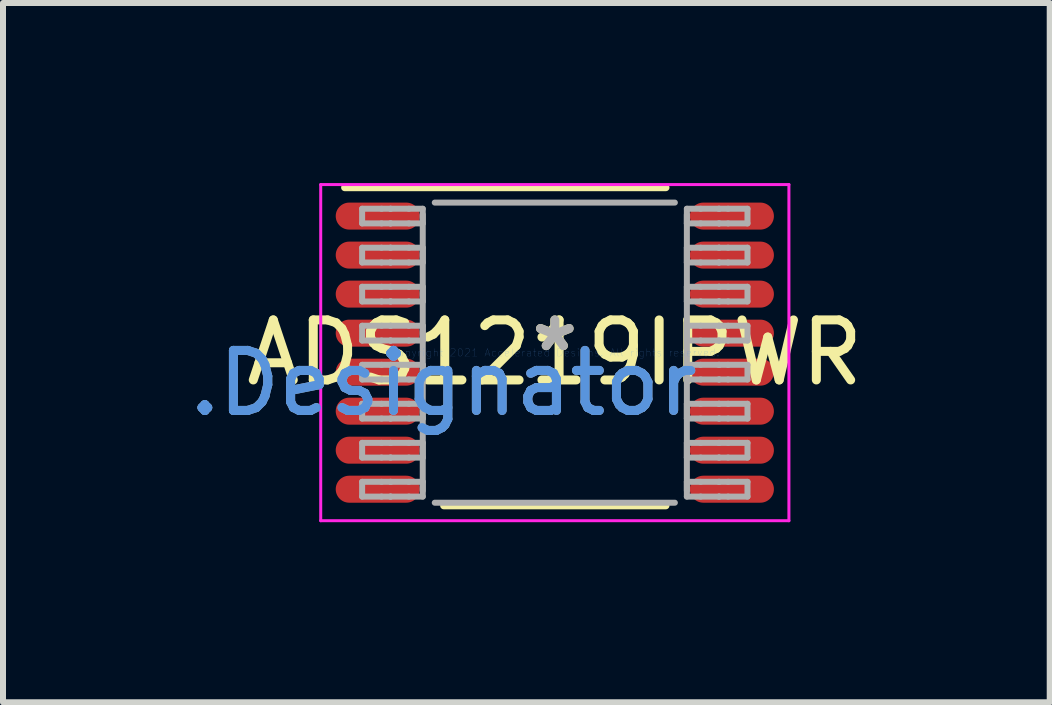
<source format=kicad_pcb>
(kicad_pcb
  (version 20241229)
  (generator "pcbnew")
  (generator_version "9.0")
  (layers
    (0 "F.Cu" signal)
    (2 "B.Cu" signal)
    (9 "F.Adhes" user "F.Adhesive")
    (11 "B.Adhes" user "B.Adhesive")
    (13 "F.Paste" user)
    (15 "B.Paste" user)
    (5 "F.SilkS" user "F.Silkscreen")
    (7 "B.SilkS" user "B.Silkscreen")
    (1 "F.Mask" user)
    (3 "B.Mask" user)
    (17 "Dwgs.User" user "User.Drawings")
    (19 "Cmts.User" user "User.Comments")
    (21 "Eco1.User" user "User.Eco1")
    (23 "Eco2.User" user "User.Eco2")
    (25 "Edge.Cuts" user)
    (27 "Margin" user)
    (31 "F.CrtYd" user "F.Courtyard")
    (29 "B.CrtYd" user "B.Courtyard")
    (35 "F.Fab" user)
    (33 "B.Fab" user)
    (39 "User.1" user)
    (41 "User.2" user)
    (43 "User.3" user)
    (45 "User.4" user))
  (footprint "ADS1219IPWR"
    (layer "F.Cu")
    (at 6.193 2.825)
    (property "Reference" "ADS1219IPWR" (at 0 0 0) (layer "F.SilkS") (effects (font (size 1 1) (thickness 0.15))))
    (attr smd)
    (fp_line (start -3.5 -2.75) (end 1.85 -2.75) (stroke (width 0.12) (type solid)) (layer "F.SilkS"))
    (fp_line (start -1.85 2.55) (end 1.85 2.55) (stroke (width 0.12) (type solid)) (layer "F.SilkS"))
    (fp_line (start -3.9 -2.8) (end 3.9 -2.8) (stroke (width 0.05) (type solid)) (layer "F.CrtYd"))
    (fp_line (start -3.9 2.8) (end -3.9 -2.8) (stroke (width 0.05) (type solid)) (layer "F.CrtYd"))
    (fp_line (start -3.9 2.8) (end 3.9 2.8) (stroke (width 0.05) (type solid)) (layer "F.CrtYd"))
    (fp_line (start 3.9 2.8) (end 3.9 -2.8) (stroke (width 0.05) (type solid)) (layer "F.CrtYd"))
    (fp_line (start -3.21 -2.397) (end -2.887 -2.397) (stroke (width 0.1) (type solid)) (layer "F.Fab"))
    (fp_line (start -3.21 -2.153) (end -3.21 -2.397) (stroke (width 0.1) (type solid)) (layer "F.Fab"))
    (fp_line (start -3.21 -2.153) (end -2.887 -2.153) (stroke (width 0.1) (type solid)) (layer "F.Fab"))
    (fp_line (start -3.21 -1.748) (end -2.887 -1.748) (stroke (width 0.1) (type solid)) (layer "F.Fab"))
    (fp_line (start -3.21 -1.502) (end -3.21 -1.748) (stroke (width 0.1) (type solid)) (layer "F.Fab"))
    (fp_line (start -3.21 -1.502) (end -2.887 -1.502) (stroke (width 0.1) (type solid)) (layer "F.Fab"))
    (fp_line (start -3.21 -1.097) (end -2.887 -1.097) (stroke (width 0.1) (type solid)) (layer "F.Fab"))
    (fp_line (start -3.21 -0.853) (end -3.21 -1.097) (stroke (width 0.1) (type solid)) (layer "F.Fab"))
    (fp_line (start -3.21 -0.853) (end -2.887 -0.853) (stroke (width 0.1) (type solid)) (layer "F.Fab"))
    (fp_line (start -3.21 -0.448) (end -2.887 -0.448) (stroke (width 0.1) (type solid)) (layer "F.Fab"))
    (fp_line (start -3.21 -0.202) (end -3.21 -0.448) (stroke (width 0.1) (type solid)) (layer "F.Fab"))
    (fp_line (start -3.21 -0.202) (end -2.887 -0.202) (stroke (width 0.1) (type solid)) (layer "F.Fab"))
    (fp_line (start -3.21 0.203) (end -2.887 0.203) (stroke (width 0.1) (type solid)) (layer "F.Fab"))
    (fp_line (start -3.21 0.447) (end -3.21 0.203) (stroke (width 0.1) (type solid)) (layer "F.Fab"))
    (fp_line (start -3.21 0.447) (end -2.887 0.447) (stroke (width 0.1) (type solid)) (layer "F.Fab"))
    (fp_line (start -3.21 0.852) (end -2.887 0.852) (stroke (width 0.1) (type solid)) (layer "F.Fab"))
    (fp_line (start -3.21 1.098) (end -3.21 0.852) (stroke (width 0.1) (type solid)) (layer "F.Fab"))
    (fp_line (start -3.21 1.098) (end -2.887 1.098) (stroke (width 0.1) (type solid)) (layer "F.Fab"))
    (fp_line (start -3.21 1.503) (end -2.887 1.503) (stroke (width 0.1) (type solid)) (layer "F.Fab"))
    (fp_line (start -3.21 1.748) (end -3.21 1.503) (stroke (width 0.1) (type solid)) (layer "F.Fab"))
    (fp_line (start -3.21 1.748) (end -2.887 1.748) (stroke (width 0.1) (type solid)) (layer "F.Fab"))
    (fp_line (start -3.21 2.152) (end -2.887 2.152) (stroke (width 0.1) (type solid)) (layer "F.Fab"))
    (fp_line (start -3.21 2.398) (end -3.21 2.152) (stroke (width 0.1) (type solid)) (layer "F.Fab"))
    (fp_line (start -3.21 2.398) (end -2.887 2.398) (stroke (width 0.1) (type solid)) (layer "F.Fab"))
    (fp_line (start -2.887 -2.397) (end -2.739 -2.397) (stroke (width 0.1) (type solid)) (layer "F.Fab"))
    (fp_line (start -2.887 -2.153) (end -2.739 -2.153) (stroke (width 0.1) (type solid)) (layer "F.Fab"))
    (fp_line (start -2.887 -1.748) (end -2.739 -1.748) (stroke (width 0.1) (type solid)) (layer "F.Fab"))
    (fp_line (start -2.887 -1.502) (end -2.739 -1.502) (stroke (width 0.1) (type solid)) (layer "F.Fab"))
    (fp_line (start -2.887 -1.097) (end -2.739 -1.097) (stroke (width 0.1) (type solid)) (layer "F.Fab"))
    (fp_line (start -2.887 -0.853) (end -2.739 -0.853) (stroke (width 0.1) (type solid)) (layer "F.Fab"))
    (fp_line (start -2.887 -0.448) (end -2.739 -0.448) (stroke (width 0.1) (type solid)) (layer "F.Fab"))
    (fp_line (start -2.887 -0.202) (end -2.739 -0.202) (stroke (width 0.1) (type solid)) (layer "F.Fab"))
    (fp_line (start -2.887 0.203) (end -2.739 0.203) (stroke (width 0.1) (type solid)) (layer "F.Fab"))
    (fp_line (start -2.887 0.447) (end -2.739 0.447) (stroke (width 0.1) (type solid)) (layer "F.Fab"))
    (fp_line (start -2.887 0.852) (end -2.739 0.852) (stroke (width 0.1) (type solid)) (layer "F.Fab"))
    (fp_line (start -2.887 1.098) (end -2.739 1.098) (stroke (width 0.1) (type solid)) (layer "F.Fab"))
    (fp_line (start -2.887 1.503) (end -2.739 1.503) (stroke (width 0.1) (type solid)) (layer "F.Fab"))
    (fp_line (start -2.887 1.748) (end -2.739 1.748) (stroke (width 0.1) (type solid)) (layer "F.Fab"))
    (fp_line (start -2.887 2.152) (end -2.739 2.152) (stroke (width 0.1) (type solid)) (layer "F.Fab"))
    (fp_line (start -2.887 2.398) (end -2.739 2.398) (stroke (width 0.1) (type solid)) (layer "F.Fab"))
    (fp_line (start -2.739 -2.397) (end -2.733 -2.397) (stroke (width 0.1) (type solid)) (layer "F.Fab"))
    (fp_line (start -2.739 -2.153) (end -2.733 -2.153) (stroke (width 0.1) (type solid)) (layer "F.Fab"))
    (fp_line (start -2.739 -1.748) (end -2.733 -1.748) (stroke (width 0.1) (type solid)) (layer "F.Fab"))
    (fp_line (start -2.739 -1.502) (end -2.733 -1.502) (stroke (width 0.1) (type solid)) (layer "F.Fab"))
    (fp_line (start -2.739 -1.097) (end -2.733 -1.097) (stroke (width 0.1) (type solid)) (layer "F.Fab"))
    (fp_line (start -2.739 -0.853) (end -2.733 -0.853) (stroke (width 0.1) (type solid)) (layer "F.Fab"))
    (fp_line (start -2.739 -0.448) (end -2.733 -0.448) (stroke (width 0.1) (type solid)) (layer "F.Fab"))
    (fp_line (start -2.739 -0.202) (end -2.733 -0.202) (stroke (width 0.1) (type solid)) (layer "F.Fab"))
    (fp_line (start -2.739 0.203) (end -2.733 0.203) (stroke (width 0.1) (type solid)) (layer "F.Fab"))
    (fp_line (start -2.739 0.447) (end -2.733 0.447) (stroke (width 0.1) (type solid)) (layer "F.Fab"))
    (fp_line (start -2.739 0.852) (end -2.733 0.852) (stroke (width 0.1) (type solid)) (layer "F.Fab"))
    (fp_line (start -2.739 1.098) (end -2.733 1.098) (stroke (width 0.1) (type solid)) (layer "F.Fab"))
    (fp_line (start -2.739 1.503) (end -2.733 1.503) (stroke (width 0.1) (type solid)) (layer "F.Fab"))
    (fp_line (start -2.739 1.748) (end -2.733 1.748) (stroke (width 0.1) (type solid)) (layer "F.Fab"))
    (fp_line (start -2.739 2.152) (end -2.733 2.152) (stroke (width 0.1) (type solid)) (layer "F.Fab"))
    (fp_line (start -2.739 2.398) (end -2.733 2.398) (stroke (width 0.1) (type solid)) (layer "F.Fab"))
    (fp_line (start -2.733 -2.397) (end -2.431 -2.397) (stroke (width 0.1) (type solid)) (layer "F.Fab"))
    (fp_line (start -2.733 -2.153) (end -2.431 -2.153) (stroke (width 0.1) (type solid)) (layer "F.Fab"))
    (fp_line (start -2.733 -1.748) (end -2.431 -1.748) (stroke (width 0.1) (type solid)) (layer "F.Fab"))
    (fp_line (start -2.733 -1.502) (end -2.431 -1.502) (stroke (width 0.1) (type solid)) (layer "F.Fab"))
    (fp_line (start -2.733 -1.097) (end -2.431 -1.097) (stroke (width 0.1) (type solid)) (layer "F.Fab"))
    (fp_line (start -2.733 -0.853) (end -2.431 -0.853) (stroke (width 0.1) (type solid)) (layer "F.Fab"))
    (fp_line (start -2.733 -0.448) (end -2.431 -0.448) (stroke (width 0.1) (type solid)) (layer "F.Fab"))
    (fp_line (start -2.733 -0.202) (end -2.431 -0.202) (stroke (width 0.1) (type solid)) (layer "F.Fab"))
    (fp_line (start -2.733 0.203) (end -2.431 0.203) (stroke (width 0.1) (type solid)) (layer "F.Fab"))
    (fp_line (start -2.733 0.447) (end -2.431 0.447) (stroke (width 0.1) (type solid)) (layer "F.Fab"))
    (fp_line (start -2.733 0.852) (end -2.431 0.852) (stroke (width 0.1) (type solid)) (layer "F.Fab"))
    (fp_line (start -2.733 1.098) (end -2.431 1.098) (stroke (width 0.1) (type solid)) (layer "F.Fab"))
    (fp_line (start -2.733 1.503) (end -2.431 1.503) (stroke (width 0.1) (type solid)) (layer "F.Fab"))
    (fp_line (start -2.733 1.748) (end -2.431 1.748) (stroke (width 0.1) (type solid)) (layer "F.Fab"))
    (fp_line (start -2.733 2.152) (end -2.431 2.152) (stroke (width 0.1) (type solid)) (layer "F.Fab"))
    (fp_line (start -2.733 2.398) (end -2.431 2.398) (stroke (width 0.1) (type solid)) (layer "F.Fab"))
    (fp_line (start -2.431 -2.397) (end -2.2 -2.397) (stroke (width 0.1) (type solid)) (layer "F.Fab"))
    (fp_line (start -2.431 -2.153) (end -2.2 -2.153) (stroke (width 0.1) (type solid)) (layer "F.Fab"))
    (fp_line (start -2.431 -1.748) (end -2.2 -1.748) (stroke (width 0.1) (type solid)) (layer "F.Fab"))
    (fp_line (start -2.431 -1.502) (end -2.2 -1.502) (stroke (width 0.1) (type solid)) (layer "F.Fab"))
    (fp_line (start -2.431 -1.097) (end -2.2 -1.097) (stroke (width 0.1) (type solid)) (layer "F.Fab"))
    (fp_line (start -2.431 -0.853) (end -2.2 -0.853) (stroke (width 0.1) (type solid)) (layer "F.Fab"))
    (fp_line (start -2.431 -0.448) (end -2.2 -0.448) (stroke (width 0.1) (type solid)) (layer "F.Fab"))
    (fp_line (start -2.431 -0.202) (end -2.2 -0.202) (stroke (width 0.1) (type solid)) (layer "F.Fab"))
    (fp_line (start -2.431 0.203) (end -2.2 0.203) (stroke (width 0.1) (type solid)) (layer "F.Fab"))
    (fp_line (start -2.431 0.447) (end -2.2 0.447) (stroke (width 0.1) (type solid)) (layer "F.Fab"))
    (fp_line (start -2.431 0.852) (end -2.2 0.852) (stroke (width 0.1) (type solid)) (layer "F.Fab"))
    (fp_line (start -2.431 1.098) (end -2.2 1.098) (stroke (width 0.1) (type solid)) (layer "F.Fab"))
    (fp_line (start -2.431 1.503) (end -2.2 1.503) (stroke (width 0.1) (type solid)) (layer "F.Fab"))
    (fp_line (start -2.431 1.748) (end -2.2 1.748) (stroke (width 0.1) (type solid)) (layer "F.Fab"))
    (fp_line (start -2.431 2.152) (end -2.2 2.152) (stroke (width 0.1) (type solid)) (layer "F.Fab"))
    (fp_line (start -2.431 2.398) (end -2.2 2.398) (stroke (width 0.1) (type solid)) (layer "F.Fab"))
    (fp_line (start -2.2 -2.153) (end -2.2 -2.397) (stroke (width 0.1) (type solid)) (layer "F.Fab"))
    (fp_line (start -2.2 -1.502) (end -2.2 -1.748) (stroke (width 0.1) (type solid)) (layer "F.Fab"))
    (fp_line (start -2.2 -0.853) (end -2.2 -1.097) (stroke (width 0.1) (type solid)) (layer "F.Fab"))
    (fp_line (start -2.2 -0.202) (end -2.2 -0.448) (stroke (width 0.1) (type solid)) (layer "F.Fab"))
    (fp_line (start -2.2 0.447) (end -2.2 0.203) (stroke (width 0.1) (type solid)) (layer "F.Fab"))
    (fp_line (start -2.2 1.098) (end -2.2 0.852) (stroke (width 0.1) (type solid)) (layer "F.Fab"))
    (fp_line (start -2.2 1.748) (end -2.2 1.503) (stroke (width 0.1) (type solid)) (layer "F.Fab"))
    (fp_line (start -2.2 2.3) (end -2.2 -2.3) (stroke (width 0.1) (type solid)) (layer "F.Fab"))
    (fp_line (start -2.2 2.398) (end -2.2 2.152) (stroke (width 0.1) (type solid)) (layer "F.Fab"))
    (fp_line (start -2 -2.5) (end 2 -2.5) (stroke (width 0.1) (type solid)) (layer "F.Fab"))
    (fp_line (start -2 2.5) (end 2 2.5) (stroke (width 0.1) (type solid)) (layer "F.Fab"))
    (fp_line (start 2.2 -2.397) (end 2.43 -2.397) (stroke (width 0.1) (type solid)) (layer "F.Fab"))
    (fp_line (start 2.2 -2.153) (end 2.2 -2.397) (stroke (width 0.1) (type solid)) (layer "F.Fab"))
    (fp_line (start 2.2 -2.153) (end 2.43 -2.153) (stroke (width 0.1) (type solid)) (layer "F.Fab"))
    (fp_line (start 2.2 -1.748) (end 2.43 -1.748) (stroke (width 0.1) (type solid)) (layer "F.Fab"))
    (fp_line (start 2.2 -1.502) (end 2.2 -1.748) (stroke (width 0.1) (type solid)) (layer "F.Fab"))
    (fp_line (start 2.2 -1.502) (end 2.43 -1.502) (stroke (width 0.1) (type solid)) (layer "F.Fab"))
    (fp_line (start 2.2 -1.097) (end 2.43 -1.097) (stroke (width 0.1) (type solid)) (layer "F.Fab"))
    (fp_line (start 2.2 -0.853) (end 2.2 -1.097) (stroke (width 0.1) (type solid)) (layer "F.Fab"))
    (fp_line (start 2.2 -0.853) (end 2.43 -0.853) (stroke (width 0.1) (type solid)) (layer "F.Fab"))
    (fp_line (start 2.2 -0.448) (end 2.43 -0.448) (stroke (width 0.1) (type solid)) (layer "F.Fab"))
    (fp_line (start 2.2 -0.202) (end 2.2 -0.448) (stroke (width 0.1) (type solid)) (layer "F.Fab"))
    (fp_line (start 2.2 -0.202) (end 2.43 -0.202) (stroke (width 0.1) (type solid)) (layer "F.Fab"))
    (fp_line (start 2.2 0.203) (end 2.43 0.203) (stroke (width 0.1) (type solid)) (layer "F.Fab"))
    (fp_line (start 2.2 0.447) (end 2.2 0.203) (stroke (width 0.1) (type solid)) (layer "F.Fab"))
    (fp_line (start 2.2 0.447) (end 2.43 0.447) (stroke (width 0.1) (type solid)) (layer "F.Fab"))
    (fp_line (start 2.2 0.852) (end 2.43 0.852) (stroke (width 0.1) (type solid)) (layer "F.Fab"))
    (fp_line (start 2.2 1.098) (end 2.2 0.852) (stroke (width 0.1) (type solid)) (layer "F.Fab"))
    (fp_line (start 2.2 1.098) (end 2.43 1.098) (stroke (width 0.1) (type solid)) (layer "F.Fab"))
    (fp_line (start 2.2 1.503) (end 2.43 1.503) (stroke (width 0.1) (type solid)) (layer "F.Fab"))
    (fp_line (start 2.2 1.748) (end 2.2 1.503) (stroke (width 0.1) (type solid)) (layer "F.Fab"))
    (fp_line (start 2.2 1.748) (end 2.43 1.748) (stroke (width 0.1) (type solid)) (layer "F.Fab"))
    (fp_line (start 2.2 2.152) (end 2.43 2.152) (stroke (width 0.1) (type solid)) (layer "F.Fab"))
    (fp_line (start 2.2 2.3) (end 2.2 -2.3) (stroke (width 0.1) (type solid)) (layer "F.Fab"))
    (fp_line (start 2.2 2.398) (end 2.2 2.152) (stroke (width 0.1) (type solid)) (layer "F.Fab"))
    (fp_line (start 2.2 2.398) (end 2.43 2.398) (stroke (width 0.1) (type solid)) (layer "F.Fab"))
    (fp_line (start 2.43 -2.397) (end 2.733 -2.397) (stroke (width 0.1) (type solid)) (layer "F.Fab"))
    (fp_line (start 2.43 -2.153) (end 2.733 -2.153) (stroke (width 0.1) (type solid)) (layer "F.Fab"))
    (fp_line (start 2.43 -1.748) (end 2.733 -1.748) (stroke (width 0.1) (type solid)) (layer "F.Fab"))
    (fp_line (start 2.43 -1.502) (end 2.733 -1.502) (stroke (width 0.1) (type solid)) (layer "F.Fab"))
    (fp_line (start 2.43 -1.097) (end 2.733 -1.097) (stroke (width 0.1) (type solid)) (layer "F.Fab"))
    (fp_line (start 2.43 -0.853) (end 2.733 -0.853) (stroke (width 0.1) (type solid)) (layer "F.Fab"))
    (fp_line (start 2.43 -0.448) (end 2.733 -0.448) (stroke (width 0.1) (type solid)) (layer "F.Fab"))
    (fp_line (start 2.43 -0.202) (end 2.733 -0.202) (stroke (width 0.1) (type solid)) (layer "F.Fab"))
    (fp_line (start 2.43 0.203) (end 2.733 0.203) (stroke (width 0.1) (type solid)) (layer "F.Fab"))
    (fp_line (start 2.43 0.447) (end 2.733 0.447) (stroke (width 0.1) (type solid)) (layer "F.Fab"))
    (fp_line (start 2.43 0.852) (end 2.733 0.852) (stroke (width 0.1) (type solid)) (layer "F.Fab"))
    (fp_line (start 2.43 1.098) (end 2.733 1.098) (stroke (width 0.1) (type solid)) (layer "F.Fab"))
    (fp_line (start 2.43 1.503) (end 2.733 1.503) (stroke (width 0.1) (type solid)) (layer "F.Fab"))
    (fp_line (start 2.43 1.748) (end 2.733 1.748) (stroke (width 0.1) (type solid)) (layer "F.Fab"))
    (fp_line (start 2.43 2.152) (end 2.733 2.152) (stroke (width 0.1) (type solid)) (layer "F.Fab"))
    (fp_line (start 2.43 2.398) (end 2.733 2.398) (stroke (width 0.1) (type solid)) (layer "F.Fab"))
    (fp_line (start 2.733 -2.397) (end 2.739 -2.397) (stroke (width 0.1) (type solid)) (layer "F.Fab"))
    (fp_line (start 2.733 -2.153) (end 2.739 -2.153) (stroke (width 0.1) (type solid)) (layer "F.Fab"))
    (fp_line (start 2.733 -1.748) (end 2.739 -1.748) (stroke (width 0.1) (type solid)) (layer "F.Fab"))
    (fp_line (start 2.733 -1.502) (end 2.739 -1.502) (stroke (width 0.1) (type solid)) (layer "F.Fab"))
    (fp_line (start 2.733 -1.097) (end 2.739 -1.097) (stroke (width 0.1) (type solid)) (layer "F.Fab"))
    (fp_line (start 2.733 -0.853) (end 2.739 -0.853) (stroke (width 0.1) (type solid)) (layer "F.Fab"))
    (fp_line (start 2.733 -0.448) (end 2.739 -0.448) (stroke (width 0.1) (type solid)) (layer "F.Fab"))
    (fp_line (start 2.733 -0.202) (end 2.739 -0.202) (stroke (width 0.1) (type solid)) (layer "F.Fab"))
    (fp_line (start 2.733 0.203) (end 2.739 0.203) (stroke (width 0.1) (type solid)) (layer "F.Fab"))
    (fp_line (start 2.733 0.447) (end 2.739 0.447) (stroke (width 0.1) (type solid)) (layer "F.Fab"))
    (fp_line (start 2.733 0.852) (end 2.739 0.852) (stroke (width 0.1) (type solid)) (layer "F.Fab"))
    (fp_line (start 2.733 1.098) (end 2.739 1.098) (stroke (width 0.1) (type solid)) (layer "F.Fab"))
    (fp_line (start 2.733 1.503) (end 2.739 1.503) (stroke (width 0.1) (type solid)) (layer "F.Fab"))
    (fp_line (start 2.733 1.748) (end 2.739 1.748) (stroke (width 0.1) (type solid)) (layer "F.Fab"))
    (fp_line (start 2.733 2.152) (end 2.739 2.152) (stroke (width 0.1) (type solid)) (layer "F.Fab"))
    (fp_line (start 2.733 2.398) (end 2.739 2.398) (stroke (width 0.1) (type solid)) (layer "F.Fab"))
    (fp_line (start 2.739 -2.397) (end 2.887 -2.397) (stroke (width 0.1) (type solid)) (layer "F.Fab"))
    (fp_line (start 2.739 -2.153) (end 2.887 -2.153) (stroke (width 0.1) (type solid)) (layer "F.Fab"))
    (fp_line (start 2.739 -1.748) (end 2.887 -1.748) (stroke (width 0.1) (type solid)) (layer "F.Fab"))
    (fp_line (start 2.739 -1.502) (end 2.887 -1.502) (stroke (width 0.1) (type solid)) (layer "F.Fab"))
    (fp_line (start 2.739 -1.097) (end 2.887 -1.097) (stroke (width 0.1) (type solid)) (layer "F.Fab"))
    (fp_line (start 2.739 -0.853) (end 2.887 -0.853) (stroke (width 0.1) (type solid)) (layer "F.Fab"))
    (fp_line (start 2.739 -0.448) (end 2.887 -0.448) (stroke (width 0.1) (type solid)) (layer "F.Fab"))
    (fp_line (start 2.739 -0.202) (end 2.887 -0.202) (stroke (width 0.1) (type solid)) (layer "F.Fab"))
    (fp_line (start 2.739 0.203) (end 2.887 0.203) (stroke (width 0.1) (type solid)) (layer "F.Fab"))
    (fp_line (start 2.739 0.447) (end 2.887 0.447) (stroke (width 0.1) (type solid)) (layer "F.Fab"))
    (fp_line (start 2.739 0.852) (end 2.887 0.852) (stroke (width 0.1) (type solid)) (layer "F.Fab"))
    (fp_line (start 2.739 1.098) (end 2.887 1.098) (stroke (width 0.1) (type solid)) (layer "F.Fab"))
    (fp_line (start 2.739 1.503) (end 2.887 1.503) (stroke (width 0.1) (type solid)) (layer "F.Fab"))
    (fp_line (start 2.739 1.748) (end 2.887 1.748) (stroke (width 0.1) (type solid)) (layer "F.Fab"))
    (fp_line (start 2.739 2.152) (end 2.887 2.152) (stroke (width 0.1) (type solid)) (layer "F.Fab"))
    (fp_line (start 2.739 2.398) (end 2.887 2.398) (stroke (width 0.1) (type solid)) (layer "F.Fab"))
    (fp_line (start 2.887 -2.397) (end 3.21 -2.397) (stroke (width 0.1) (type solid)) (layer "F.Fab"))
    (fp_line (start 2.887 -2.153) (end 3.21 -2.153) (stroke (width 0.1) (type solid)) (layer "F.Fab"))
    (fp_line (start 2.887 -1.748) (end 3.21 -1.748) (stroke (width 0.1) (type solid)) (layer "F.Fab"))
    (fp_line (start 2.887 -1.502) (end 3.21 -1.502) (stroke (width 0.1) (type solid)) (layer "F.Fab"))
    (fp_line (start 2.887 -1.097) (end 3.21 -1.097) (stroke (width 0.1) (type solid)) (layer "F.Fab"))
    (fp_line (start 2.887 -0.853) (end 3.21 -0.853) (stroke (width 0.1) (type solid)) (layer "F.Fab"))
    (fp_line (start 2.887 -0.448) (end 3.21 -0.448) (stroke (width 0.1) (type solid)) (layer "F.Fab"))
    (fp_line (start 2.887 -0.202) (end 3.21 -0.202) (stroke (width 0.1) (type solid)) (layer "F.Fab"))
    (fp_line (start 2.887 0.203) (end 3.21 0.203) (stroke (width 0.1) (type solid)) (layer "F.Fab"))
    (fp_line (start 2.887 0.447) (end 3.21 0.447) (stroke (width 0.1) (type solid)) (layer "F.Fab"))
    (fp_line (start 2.887 0.852) (end 3.21 0.852) (stroke (width 0.1) (type solid)) (layer "F.Fab"))
    (fp_line (start 2.887 1.098) (end 3.21 1.098) (stroke (width 0.1) (type solid)) (layer "F.Fab"))
    (fp_line (start 2.887 1.503) (end 3.21 1.503) (stroke (width 0.1) (type solid)) (layer "F.Fab"))
    (fp_line (start 2.887 1.748) (end 3.21 1.748) (stroke (width 0.1) (type solid)) (layer "F.Fab"))
    (fp_line (start 2.887 2.152) (end 3.21 2.152) (stroke (width 0.1) (type solid)) (layer "F.Fab"))
    (fp_line (start 2.887 2.398) (end 3.21 2.398) (stroke (width 0.1) (type solid)) (layer "F.Fab"))
    (fp_line (start 3.21 -2.153) (end 3.21 -2.397) (stroke (width 0.1) (type solid)) (layer "F.Fab"))
    (fp_line (start 3.21 -1.502) (end 3.21 -1.748) (stroke (width 0.1) (type solid)) (layer "F.Fab"))
    (fp_line (start 3.21 -0.853) (end 3.21 -1.097) (stroke (width 0.1) (type solid)) (layer "F.Fab"))
    (fp_line (start 3.21 -0.202) (end 3.21 -0.448) (stroke (width 0.1) (type solid)) (layer "F.Fab"))
    (fp_line (start 3.21 0.447) (end 3.21 0.203) (stroke (width 0.1) (type solid)) (layer "F.Fab"))
    (fp_line (start 3.21 1.098) (end 3.21 0.852) (stroke (width 0.1) (type solid)) (layer "F.Fab"))
    (fp_line (start 3.21 1.748) (end 3.21 1.503) (stroke (width 0.1) (type solid)) (layer "F.Fab"))
    (fp_line (start 3.21 2.398) (end 3.21 2.152) (stroke (width 0.1) (type solid)) (layer "F.Fab"))
    (fp_text user "*" (at 0 0 0) (layer "F.SilkS") (effects (font (size 1 1) (thickness 0.15))))
    (fp_text user "Copyright 2021 Accelerated Designs. All rights reserved." (at 0 0 0) (layer "Cmts.User") (effects (font (size 0.127 0.127) (thickness 0.002))))
    (fp_text user ".Designator" (at -1.854 0.508 0) (layer "Cmts.User") (effects (font (size 1 1) (thickness 0.15))))
    (fp_text user ".Designator" (at -1.854 0.508 0) (layer "F.Fab") (effects (font (size 1 1) (thickness 0.15))))
    (fp_text user "*" (at 0 0 0) (layer "F.Fab") (effects (font (size 1 1) (thickness 0.15))))
    (pad "1" smd oval (at -2.95 -2.275 90) (size 0.45 1.4) (layers "F.Cu" "F.Mask" "F.Paste"))
    (pad "2" smd oval (at -2.95 -1.625 90) (size 0.45 1.4) (layers "F.Cu" "F.Mask" "F.Paste"))
    (pad "3" smd oval (at -2.95 -0.975 90) (size 0.45 1.4) (layers "F.Cu" "F.Mask" "F.Paste"))
    (pad "4" smd oval (at -2.95 -0.325 90) (size 0.45 1.4) (layers "F.Cu" "F.Mask" "F.Paste"))
    (pad "5" smd oval (at -2.95 0.325 90) (size 0.45 1.4) (layers "F.Cu" "F.Mask" "F.Paste"))
    (pad "6" smd oval (at -2.95 0.975 90) (size 0.45 1.4) (layers "F.Cu" "F.Mask" "F.Paste"))
    (pad "7" smd oval (at -2.95 1.625 90) (size 0.45 1.4) (layers "F.Cu" "F.Mask" "F.Paste"))
    (pad "8" smd oval (at -2.95 2.275 90) (size 0.45 1.4) (layers "F.Cu" "F.Mask" "F.Paste"))
    (pad "9" smd oval (at 2.95 2.275 90) (size 0.45 1.4) (layers "F.Cu" "F.Mask" "F.Paste"))
    (pad "10" smd oval (at 2.95 1.625 90) (size 0.45 1.4) (layers "F.Cu" "F.Mask" "F.Paste"))
    (pad "11" smd oval (at 2.95 0.975 90) (size 0.45 1.4) (layers "F.Cu" "F.Mask" "F.Paste"))
    (pad "12" smd oval (at 2.95 0.325 90) (size 0.45 1.4) (layers "F.Cu" "F.Mask" "F.Paste"))
    (pad "13" smd oval (at 2.95 -0.325 90) (size 0.45 1.4) (layers "F.Cu" "F.Mask" "F.Paste"))
    (pad "14" smd oval (at 2.95 -0.975 90) (size 0.45 1.4) (layers "F.Cu" "F.Mask" "F.Paste"))
    (pad "15" smd oval (at 2.95 -1.625 90) (size 0.45 1.4) (layers "F.Cu" "F.Mask" "F.Paste"))
    (pad "16" smd oval (at 2.95 -2.275 90) (size 0.45 1.4) (layers "F.Cu" "F.Mask" "F.Paste")))
  (gr_rect
    (start -3 -3)
    (end 14.438 8.65)
    (stroke (width 0.1) (type default))
    (fill no)
    (layer "Edge.Cuts")))
</source>
